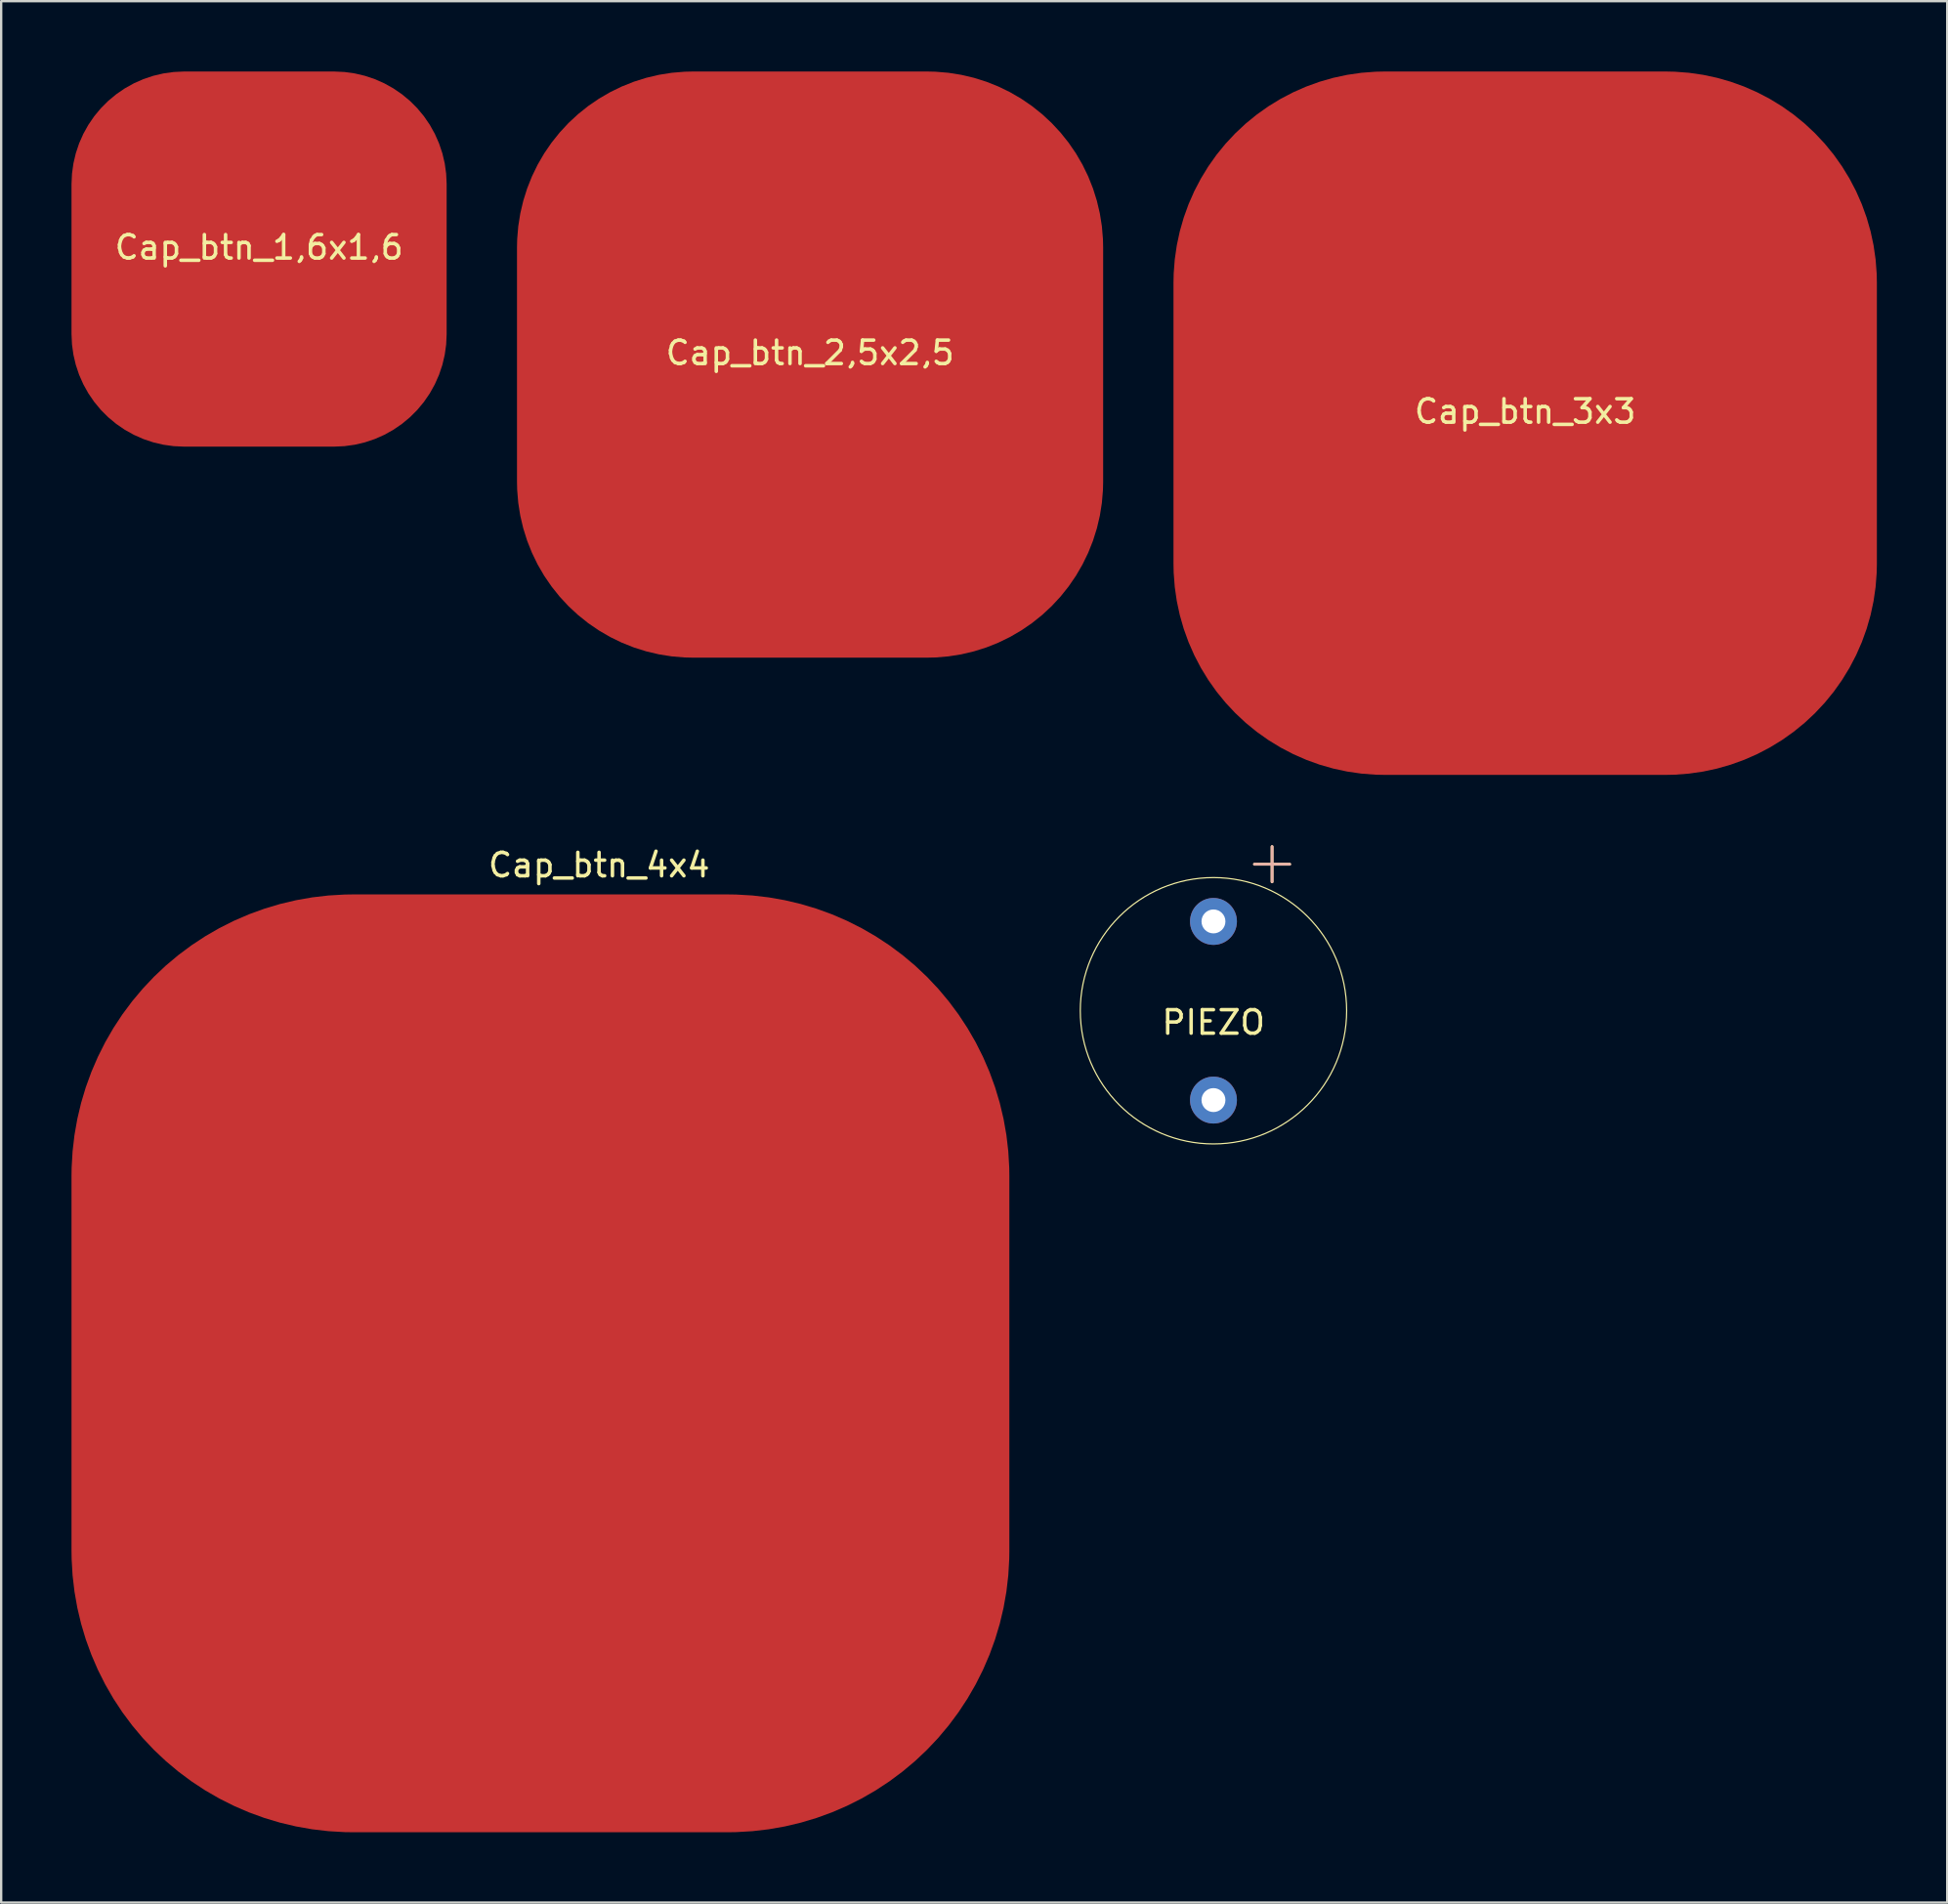
<source format=kicad_pcb>
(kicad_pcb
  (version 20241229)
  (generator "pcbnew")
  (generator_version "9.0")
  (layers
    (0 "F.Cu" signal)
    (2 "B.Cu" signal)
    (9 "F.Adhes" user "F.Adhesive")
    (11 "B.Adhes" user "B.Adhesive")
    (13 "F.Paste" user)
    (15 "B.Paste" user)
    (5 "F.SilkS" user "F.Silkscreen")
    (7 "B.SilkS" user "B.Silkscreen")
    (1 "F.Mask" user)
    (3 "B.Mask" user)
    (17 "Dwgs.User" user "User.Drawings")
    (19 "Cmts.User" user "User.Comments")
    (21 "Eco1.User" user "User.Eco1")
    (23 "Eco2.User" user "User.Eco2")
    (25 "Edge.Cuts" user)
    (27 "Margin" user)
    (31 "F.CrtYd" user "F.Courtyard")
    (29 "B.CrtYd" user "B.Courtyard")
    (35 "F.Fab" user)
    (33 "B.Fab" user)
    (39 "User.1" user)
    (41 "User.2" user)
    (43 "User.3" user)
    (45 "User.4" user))
  (footprint "Cap_btn_2,5x2,5"
    (layer "F.Cu")
    (at 31.5 12.5)
    (property "Reference" "Cap_btn_2,5x2,5" (at 0 -0.5 0) (unlocked yes) (layer "F.SilkS") (effects (font (size 1 1) (thickness 0.15))))
    (attr smd)
    (pad "1" smd roundrect (at 0 0) (size 25 25) (layers "F.Cu" "F.Mask" "F.Paste") (roundrect_rratio 0.3)))
  (footprint "Cap_btn_4x4"
    (layer "F.Cu")
    (at 20 55.098)
    (property "Reference" "Cap_btn_4x4" (at 2.5 -21.25 0) (unlocked yes) (layer "F.SilkS") (effects (font (size 1 1) (thickness 0.15))))
    (attr smd)
    (pad "1" smd roundrect (at 0 0) (size 40 40) (layers "F.Cu" "F.Mask" "F.Paste") (roundrect_rratio 0.3)))
  (footprint "Cap_btn_1,6x1,6"
    (layer "F.Cu")
    (at 8 8)
    (property "Reference" "Cap_btn_1,6x1,6" (at 0 -0.5 0) (unlocked yes) (layer "F.SilkS") (effects (font (size 1 1) (thickness 0.15))))
    (attr smd)
    (pad "1" smd roundrect (at 0 0) (size 16 16) (layers "F.Cu" "F.Mask" "F.Paste") (roundrect_rratio 0.3)))
  (footprint "PIEZO"
    (layer "F.Cu")
    (at 48.705 40.06)
    (property "Reference" "PIEZO" (at 0 0.5 0) (layer "F.SilkS") (effects (font (size 1 1) (thickness 0.15))))
    (attr through_hole)
    (fp_line (start 1.75 -6.25) (end 3.25 -6.25) (stroke (width 0.12) (type solid)) (layer "F.SilkS"))
    (fp_line (start 2.5 -7) (end 2.5 -5.5) (stroke (width 0.12) (type solid)) (layer "F.SilkS"))
    (fp_circle (center 0 0) (end 5.68 0) (stroke (width 0.05) (type solid)) (fill no) (layer "F.SilkS"))
    (fp_line (start 1.75 -6.25) (end 3.25 -6.25) (stroke (width 0.12) (type solid)) (layer "B.SilkS"))
    (fp_line (start 2.5 -7) (end 2.5 -5.5) (stroke (width 0.12) (type solid)) (layer "B.SilkS"))
    (pad "1" thru_hole circle (at 0 -3.81) (size 2 2) (drill 1.02) (layers "*.Cu" "*.Mask"))
    (pad "2" thru_hole circle (at 0 3.81) (size 2 2) (drill 1.02) (layers "*.Cu" "*.Mask")))
  (footprint "Cap_btn_3x3"
    (layer "F.Cu")
    (at 62 15)
    (property "Reference" "Cap_btn_3x3" (at 0 -0.5 0) (unlocked yes) (layer "F.SilkS") (effects (font (size 1 1) (thickness 0.15))))
    (attr smd)
    (pad "1" smd roundrect (at 0 0) (size 30 30) (layers "F.Cu" "F.Mask" "F.Paste") (roundrect_rratio 0.3)))
  (gr_rect
    (start -3 -3)
    (end 80 78.098)
    (stroke (width 0.1) (type default))
    (fill no)
    (layer "Edge.Cuts")))
</source>
